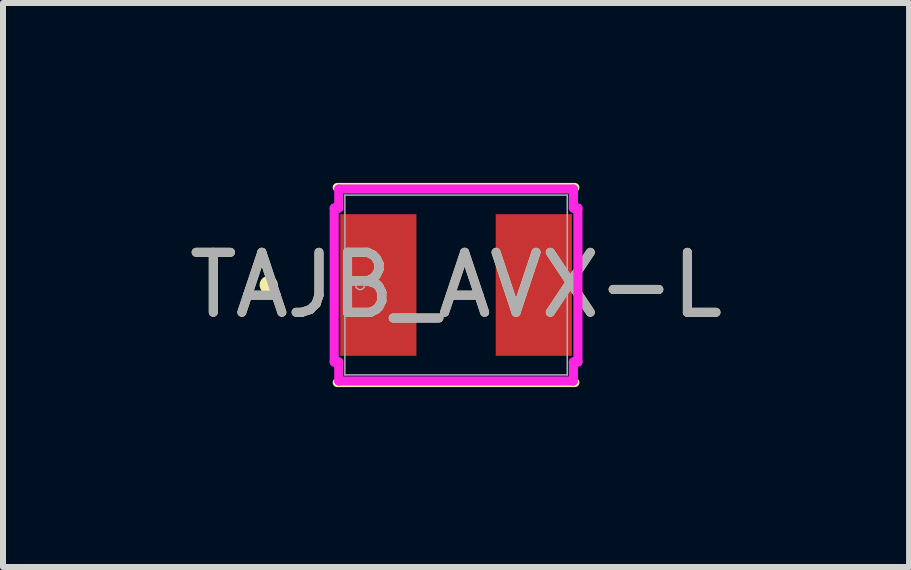
<source format=kicad_pcb>
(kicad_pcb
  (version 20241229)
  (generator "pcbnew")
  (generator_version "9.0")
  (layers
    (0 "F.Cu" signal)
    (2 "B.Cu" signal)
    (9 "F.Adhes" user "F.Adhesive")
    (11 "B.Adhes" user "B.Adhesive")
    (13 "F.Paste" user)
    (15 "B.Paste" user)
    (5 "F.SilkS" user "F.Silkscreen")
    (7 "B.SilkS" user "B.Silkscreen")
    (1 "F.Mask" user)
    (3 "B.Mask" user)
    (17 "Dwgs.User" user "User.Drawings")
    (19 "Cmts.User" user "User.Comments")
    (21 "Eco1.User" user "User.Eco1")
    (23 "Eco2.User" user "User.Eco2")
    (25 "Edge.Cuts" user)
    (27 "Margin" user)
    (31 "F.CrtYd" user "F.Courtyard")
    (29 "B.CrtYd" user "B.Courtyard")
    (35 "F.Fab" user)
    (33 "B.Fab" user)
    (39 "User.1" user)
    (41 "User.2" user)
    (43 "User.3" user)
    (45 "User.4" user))
  (footprint "TAJB_AVX-L"
    (layer "F.Cu")
    (at 4.554 1.702)
    (property "Reference" "TAJB_AVX-L" (at 0 0 0) (unlocked yes) (layer "F.SilkS") (effects (font (size 1 1) (thickness 0.15))))
    (attr smd)
    (fp_line (start -1.981 1.626) (end 1.981 1.626) (stroke (width 0.152) (type solid)) (layer "F.SilkS"))
    (fp_line (start 1.981 -1.626) (end -1.981 -1.626) (stroke (width 0.152) (type solid)) (layer "F.SilkS"))
    (fp_circle (center -3.124 0) (end -3.048 0) (stroke (width 0.152) (type solid)) (fill no) (layer "F.SilkS"))
    (fp_line (start -2.032 -1.283) (end -1.956 -1.283) (stroke (width 0.152) (type solid)) (layer "F.CrtYd"))
    (fp_line (start -2.032 1.283) (end -2.032 -1.283) (stroke (width 0.152) (type solid)) (layer "F.CrtYd"))
    (fp_line (start -1.956 -1.6) (end 1.956 -1.6) (stroke (width 0.152) (type solid)) (layer "F.CrtYd"))
    (fp_line (start -1.956 -1.283) (end -1.956 -1.6) (stroke (width 0.152) (type solid)) (layer "F.CrtYd"))
    (fp_line (start -1.956 1.283) (end -2.032 1.283) (stroke (width 0.152) (type solid)) (layer "F.CrtYd"))
    (fp_line (start -1.956 1.6) (end -1.956 1.283) (stroke (width 0.152) (type solid)) (layer "F.CrtYd"))
    (fp_line (start 1.956 -1.6) (end 1.956 -1.283) (stroke (width 0.152) (type solid)) (layer "F.CrtYd"))
    (fp_line (start 1.956 -1.283) (end 2.032 -1.283) (stroke (width 0.152) (type solid)) (layer "F.CrtYd"))
    (fp_line (start 1.956 1.283) (end 1.956 1.6) (stroke (width 0.152) (type solid)) (layer "F.CrtYd"))
    (fp_line (start 1.956 1.6) (end -1.956 1.6) (stroke (width 0.152) (type solid)) (layer "F.CrtYd"))
    (fp_line (start 2.032 -1.283) (end 2.032 1.283) (stroke (width 0.152) (type solid)) (layer "F.CrtYd"))
    (fp_line (start 2.032 1.283) (end 1.956 1.283) (stroke (width 0.152) (type solid)) (layer "F.CrtYd"))
    (fp_line (start -1.854 -1.499) (end -1.854 1.499) (stroke (width 0.025) (type solid)) (layer "F.Fab"))
    (fp_line (start -1.854 1.499) (end 1.854 1.499) (stroke (width 0.025) (type solid)) (layer "F.Fab"))
    (fp_line (start 1.854 -1.499) (end -1.854 -1.499) (stroke (width 0.025) (type solid)) (layer "F.Fab"))
    (fp_line (start 1.854 1.499) (end 1.854 -1.499) (stroke (width 0.025) (type solid)) (layer "F.Fab"))
    (fp_circle (center -1.6 0) (end -1.524 0) (stroke (width 0.025) (type solid)) (fill no) (layer "F.Fab"))
    (fp_text user "${REFERENCE}" (at 0 0 0) (unlocked yes) (layer "F.Fab") (effects (font (size 1 1) (thickness 0.15))))
    (pad "1" smd rect (at -1.296 0 90) (size 2.362 1.27) (layers "F.Cu" "F.Mask" "F.Paste"))
    (pad "2" smd rect (at 1.296 0 90) (size 2.362 1.27) (layers "F.Cu" "F.Mask" "F.Paste"))
    (zone (net_name "") (layer "F.Cu") (hatch full 0.508) (connect_pads) (min_thickness 0.254) (filled_areas_thickness no) (keepout (tracks not_allowed) (vias not_allowed) (pads allowed) (copperpour not_allowed) (footprints allowed)) (placement (enabled no)) (fill) (polygon (pts (xy 2.75 0.254) (xy 6.357 0.254) (xy 6.357 0.445) (xy 2.75 0.445))))
    (zone (net_name "") (layer "F.Cu") (hatch full 0.508) (connect_pads) (min_thickness 0.254) (filled_areas_thickness no) (keepout (tracks not_allowed) (vias not_allowed) (pads allowed) (copperpour not_allowed) (footprints allowed)) (placement (enabled no)) (fill) (polygon (pts (xy 2.75 2.959) (xy 6.357 2.959) (xy 6.357 3.15) (xy 2.75 3.15))))
    (zone (net_name "") (layer "F.Cu") (hatch full 0.508) (connect_pads) (min_thickness 0.254) (filled_areas_thickness no) (keepout (tracks not_allowed) (vias not_allowed) (pads allowed) (copperpour not_allowed) (footprints allowed)) (placement (enabled no)) (fill) (polygon (pts (xy 3.944 0.445) (xy 5.164 0.445) (xy 5.164 2.959) (xy 3.944 2.959)))))
  (gr_rect
    (start -3 -3)
    (end 12.107 6.404)
    (stroke (width 0.1) (type default))
    (fill no)
    (layer "Edge.Cuts")))
</source>
